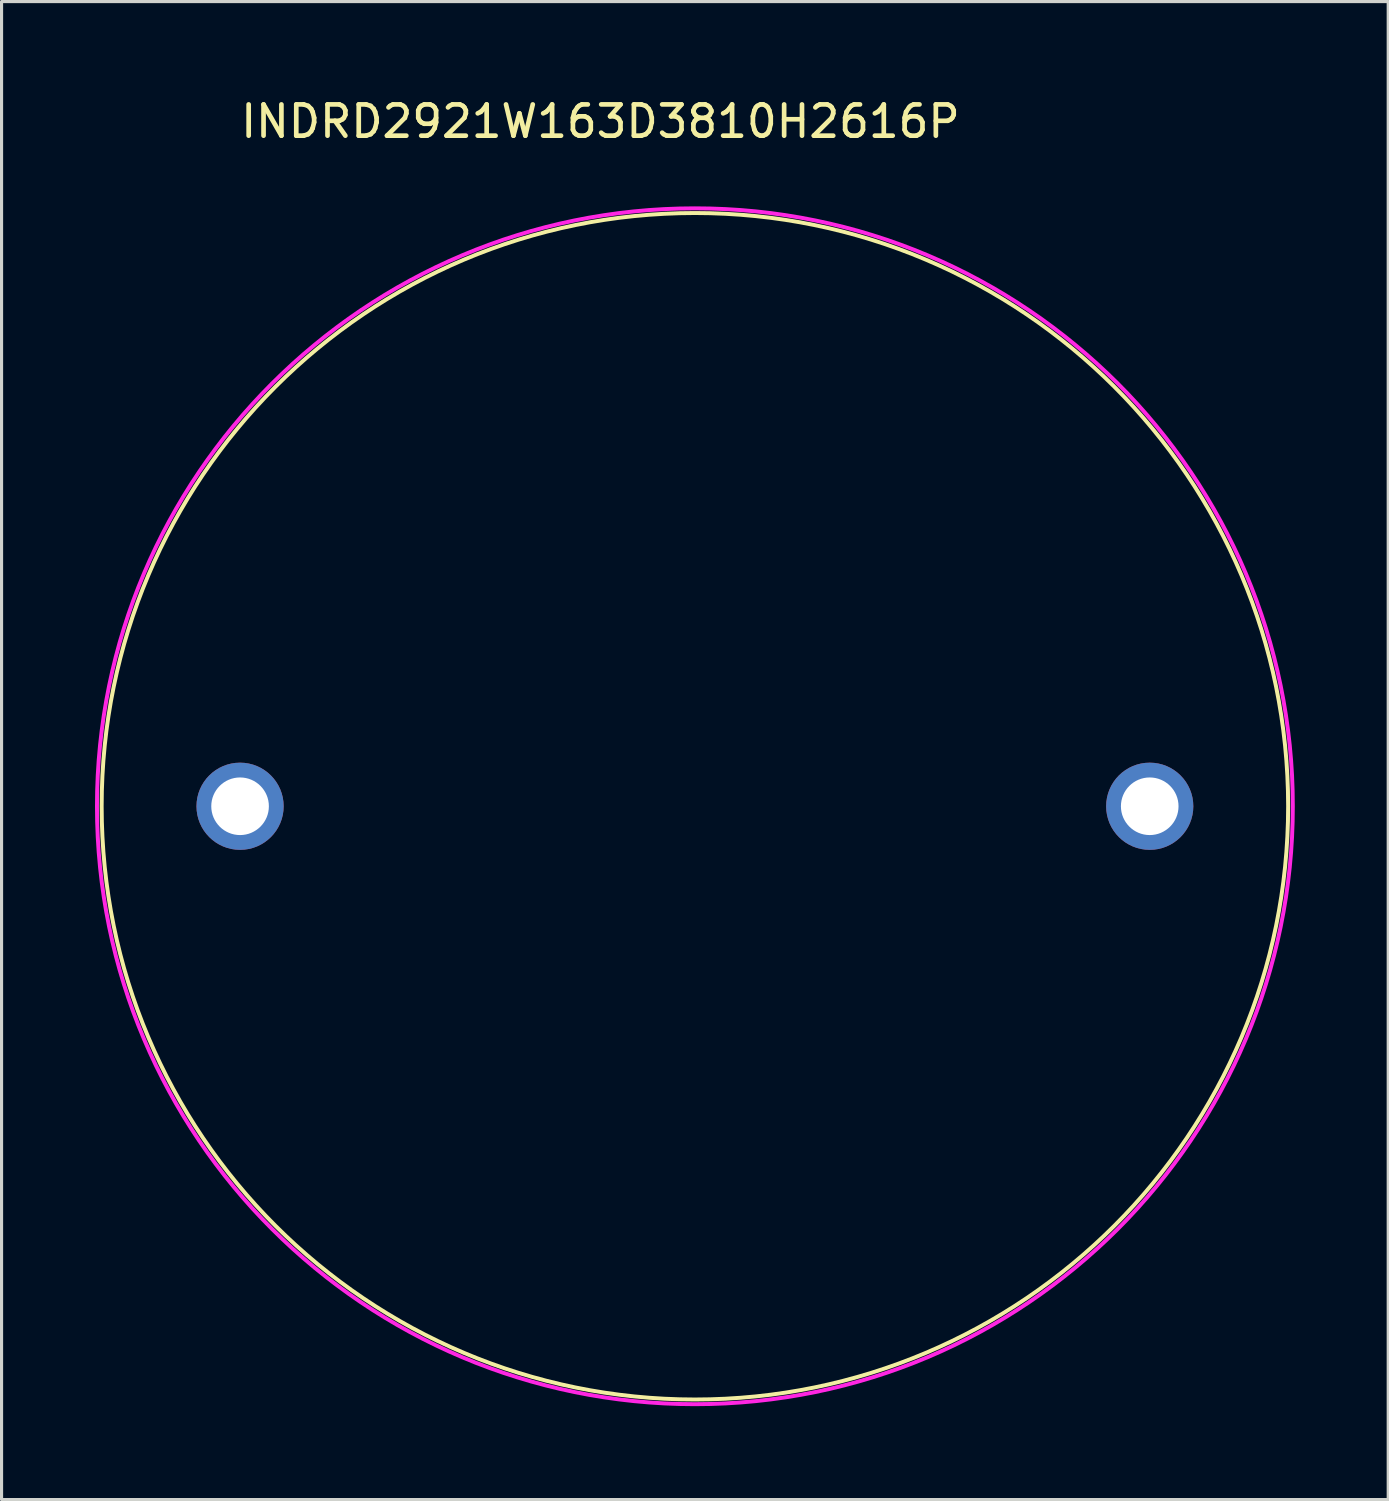
<source format=kicad_pcb>
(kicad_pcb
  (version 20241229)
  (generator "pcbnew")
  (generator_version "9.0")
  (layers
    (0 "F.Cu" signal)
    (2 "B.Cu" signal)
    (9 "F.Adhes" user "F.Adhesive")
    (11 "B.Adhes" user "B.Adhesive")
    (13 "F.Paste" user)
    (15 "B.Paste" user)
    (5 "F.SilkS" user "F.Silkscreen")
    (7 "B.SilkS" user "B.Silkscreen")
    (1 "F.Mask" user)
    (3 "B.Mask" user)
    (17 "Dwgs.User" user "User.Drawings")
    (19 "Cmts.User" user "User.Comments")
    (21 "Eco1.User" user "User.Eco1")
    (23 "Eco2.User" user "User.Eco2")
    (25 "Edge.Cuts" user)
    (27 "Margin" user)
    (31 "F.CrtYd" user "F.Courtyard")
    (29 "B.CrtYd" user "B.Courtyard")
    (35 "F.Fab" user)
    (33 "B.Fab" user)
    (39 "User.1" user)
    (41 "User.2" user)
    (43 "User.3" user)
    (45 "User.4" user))
  (footprint "INDRD2921W163D3810H2616P"
    (layer "F.Cu")
    (at 19.264 22.84)
    (property "Reference" "INDRD2921W163D3810H2616P" (at -3.033 -21.99 0) (layer "F.SilkS") (effects (font (size 1.003 1.003) (thickness 0.15))))
    (attr through_hole)
    (fp_circle (center 0 0) (end 19.05 0) (stroke (width 0.127) (type solid)) (fill no) (layer "F.SilkS"))
    (fp_circle (center 0 0) (end 19.2 0) (stroke (width 0.127) (type solid)) (fill no) (layer "F.CrtYd"))
    (pad "1" thru_hole circle (at -14.605 0) (size 2.8 2.8) (drill 1.85) (layers "*.Cu" "*.Mask"))
    (pad "2" thru_hole circle (at 14.605 0) (size 2.8 2.8) (drill 1.85) (layers "*.Cu" "*.Mask")))
  (gr_rect
    (start -3 -3)
    (end 41.527 45.103)
    (stroke (width 0.1) (type default))
    (fill no)
    (layer "Edge.Cuts")))
</source>
